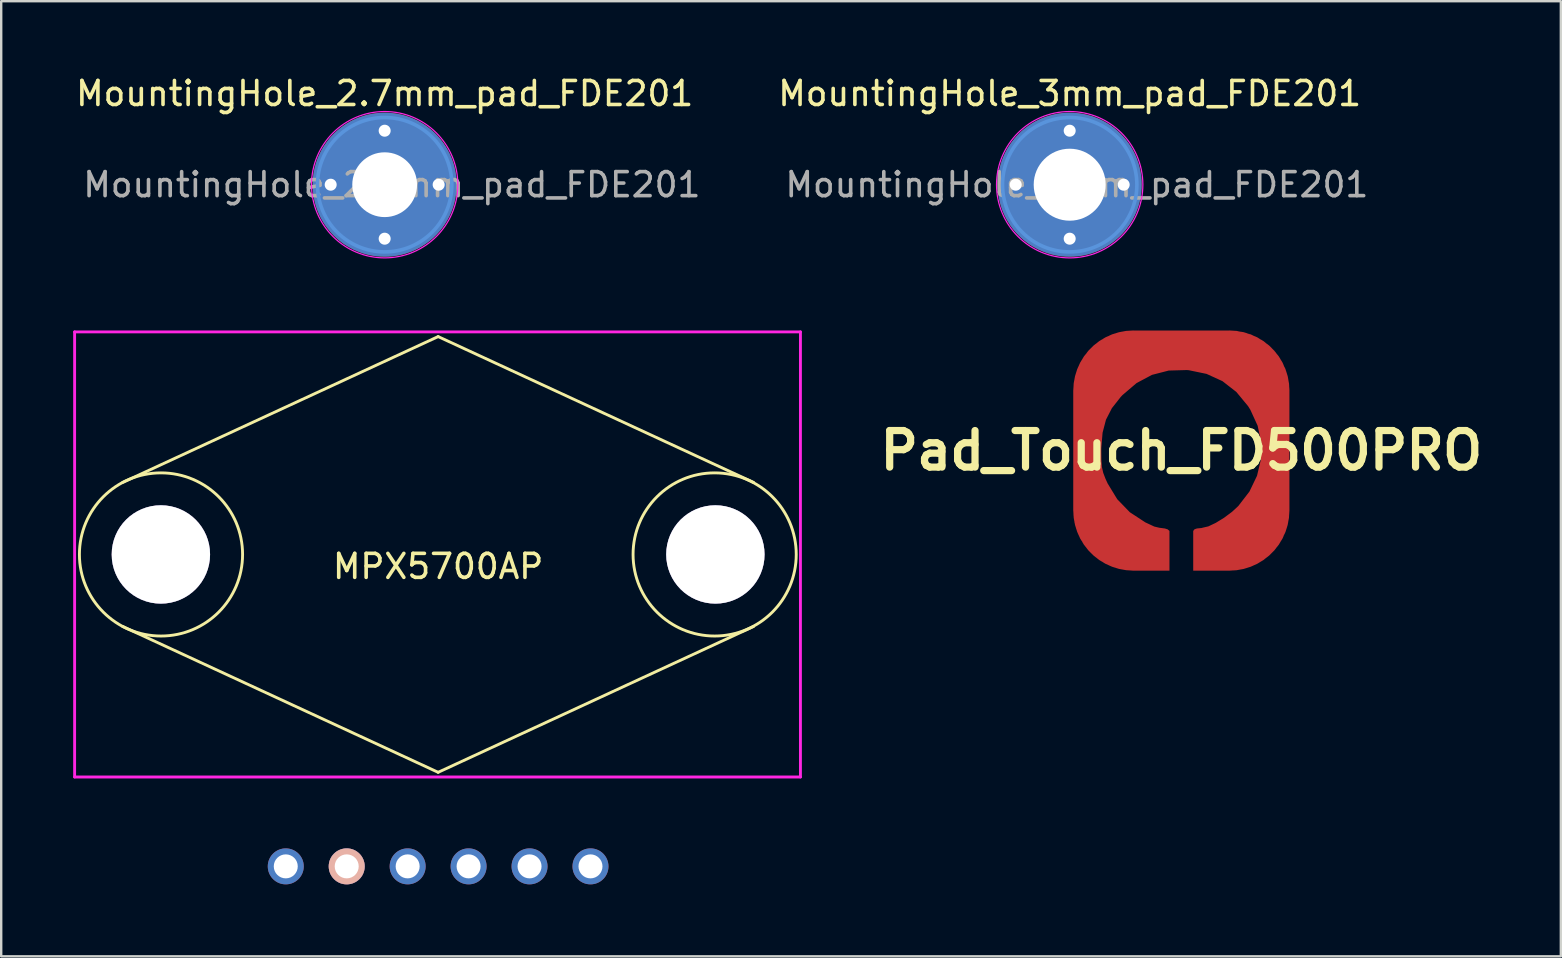
<source format=kicad_pcb>
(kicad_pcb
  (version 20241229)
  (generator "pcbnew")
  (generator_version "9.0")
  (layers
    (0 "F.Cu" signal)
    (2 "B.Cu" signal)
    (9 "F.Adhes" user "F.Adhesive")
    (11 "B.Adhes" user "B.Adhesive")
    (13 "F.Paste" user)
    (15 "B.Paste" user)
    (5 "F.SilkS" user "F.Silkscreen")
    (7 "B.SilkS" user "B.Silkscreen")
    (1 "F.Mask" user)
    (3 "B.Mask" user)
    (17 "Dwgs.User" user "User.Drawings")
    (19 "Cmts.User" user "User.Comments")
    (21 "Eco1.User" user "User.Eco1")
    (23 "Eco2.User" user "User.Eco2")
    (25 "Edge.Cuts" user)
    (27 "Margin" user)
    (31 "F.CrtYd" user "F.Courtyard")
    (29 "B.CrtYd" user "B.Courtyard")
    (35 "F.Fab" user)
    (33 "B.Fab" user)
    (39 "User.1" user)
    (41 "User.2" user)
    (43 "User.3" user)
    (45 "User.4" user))
  (footprint "Pad_Touch_FD500PRO"
    (layer "F.Cu")
    (at 46.186 15.728)
    (property "Reference" "Pad_Touch_FD500PRO" (at 0 0 0) (layer "F.SilkS") (effects (font (size 1.524 1.524) (thickness 0.3))))
    (attr through_hole)
    (pad "1" smd custom (at -3.03 -3.52) (size 1 1) (layers "F.Cu" "F.Mask" "F.Paste") (options (anchor rect)) (primitives (gr_poly (pts (xy 7.52 6.09) (xy 7.52 6.12) (xy 7.52 6.16) (xy 7.51 6.22) (xy 7.51 6.25) (xy 7.51 6.29) (xy 7.5 6.328) (xy 7.5 6.36) (xy 7.49 6.41) (xy 7.49 6.43) (xy 7.48 6.45) (xy 7.48 6.47) (xy 7.48 6.5) (xy 7.47 6.52) (xy 7.47 6.54) (xy 7.46 6.57) (xy 7.46 6.58) (xy 7.45 6.6) (xy 7.45 6.62) (xy 7.44 6.64) (xy 7.44 6.66) (xy 7.43 6.68) (xy 7.43 6.69) (xy 7.43 6.71) (xy 7.42 6.73) (xy 7.42 6.74) (xy 7.41 6.757) (xy 7.41 6.774) (xy 7.4 6.8) (xy 7.39 6.82) (xy 7.38 6.84) (xy 7.38 6.856) (xy 7.37 6.87) (xy 7.37 6.88) (xy 7.36 6.89) (xy 7.36 6.898) (xy 7.36 6.91) (xy 7.35 6.93) (xy 7.34 6.95) (xy 7.34 6.96) (xy 7.33 6.98) (xy 7.3 7.04) (xy 7.27 7.11) (xy 7.24 7.17) (xy 7.23 7.19) (xy 7.11 7.4) (xy 7.02 7.52) (xy 6.95 7.61) (xy 6.86 7.71) (xy 6.799 7.78) (xy 6.72 7.85) (xy 6.65 7.92) (xy 6.61 7.952) (xy 6.5 8.03) (xy 6.42 8.09) (xy 6.31 8.16) (xy 6.2 8.22) (xy 6.132 8.26) (xy 6 8.32) (xy 5.89 8.36) (xy 5.78 8.4) (xy 5.71 8.42) (xy 5.63 8.44) (xy 5.55 8.46) (xy 5.48 8.474) (xy 5.37 8.49) (xy 5.3 8.501) (xy 5.02 8.522) (xy 3.529 8.522) (xy 3.529 7.022) (xy 3.529 6.872) (xy 3.579 6.807) (xy 3.679 6.772) (xy 3.875 6.753) (xy 3.923 6.739) (xy 4.156 6.685) (xy 4.466 6.538) (xy 4.81 6.327) (xy 5.143 6.079) (xy 5.406 5.836) (xy 5.872 5.231) (xy 6.188 4.573) (xy 6.352 3.882) (xy 6.361 3.179) (xy 6.214 2.484) (xy 5.909 1.817) (xy 5.813 1.664) (xy 5.324 1.073) (xy 4.745 0.623) (xy 4.082 0.32) (xy 3.343 0.167) (xy 3.257 0.16) (xy 2.503 0.181) (xy 1.804 0.361) (xy 1.162 0.702) (xy 0.575 1.202) (xy 0.497 1.285) (xy 0.13 1.752) (xy -0.117 2.234) (xy -0.258 2.774) (xy -0.311 3.418) (xy -0.312 3.522) (xy -0.308 3.92) (xy -0.286 4.209) (xy -0.232 4.448) (xy -0.136 4.699) (xy -0.045 4.897) (xy 0.355 5.553) (xy 0.879 6.094) (xy 1.525 6.517) (xy 1.899 6.692) (xy 2.109 6.742) (xy 2.339 6.772) (xy 2.454 6.807) (xy 2.529 6.872) (xy 2.529 7.022) (xy 2.529 8.522) (xy 1.029 8.522) (xy 0.77 8.501) (xy 0.7 8.491) (xy 0.62 8.48) (xy 0.5 8.46) (xy 0.32 8.41) (xy 0.13 8.35) (xy 0.02 8.3) (xy -0.131 8.23) (xy -0.28 8.14) (xy -0.38 8.08) (xy -0.55 7.95) (xy -0.58 7.92) (xy -0.65 7.86) (xy -0.72 7.8) (xy -0.76 7.76) (xy -0.79 7.72) (xy -0.81 7.7) (xy -0.84 7.67) (xy -0.87 7.63) (xy -0.9 7.6) (xy -0.93 7.56) (xy -0.96 7.52) (xy -0.98 7.49) (xy -1 7.46) (xy -1.03 7.43) (xy -1.05 7.4) (xy -1.07 7.36) (xy -1.09 7.33) (xy -1.11 7.29) (xy -1.141 7.252) (xy -1.161 7.212) (xy -1.181 7.172) (xy -1.201 7.132) (xy -1.221 7.092) (xy -1.251 7.032) (xy -1.271 6.992) (xy -1.291 6.942) (xy -1.301 6.912) (xy -1.311 6.872) (xy -1.331 6.822) (xy -1.351 6.772) (xy -1.361 6.732) (xy -1.371 6.702) (xy -1.381 6.652) (xy -1.401 6.592) (xy -1.411 6.549) (xy -1.411 6.539) (xy -1.421 6.512) (xy -1.421 6.482) (xy -1.431 6.442) (xy -1.431 6.41) (xy -1.441 6.382) (xy -1.441 6.372) (xy -1.441 6.342) (xy -1.451 6.312) (xy -1.451 6.292) (xy -1.455 6.242) (xy -1.461 6.212) (xy -1.461 6.202) (xy -1.461 6.182) (xy -1.461 6.142) (xy -1.461 6.092) (xy -1.471 6.022) (xy -1.471 1.122) (xy -1.471 1.077) (xy -1.471 1.022) (xy -1.451 0.762) (xy -1.435 0.652) (xy -1.423 0.572) (xy -1.411 0.512) (xy -1.391 0.422) (xy -1.371 0.352) (xy -1.351 0.272) (xy -1.321 0.192) (xy -1.281 0.072) (xy -1.241 -0.008) (xy -1.201 -0.098) (xy -1.158 -0.178) (xy -1.111 -0.258) (xy -0.991 -0.438) (xy -0.851 -0.618) (xy -0.781 -0.698) (xy -0.741 -0.738) (xy -0.631 -0.838) (xy -0.541 -0.918) (xy -0.471 -0.968) (xy -0.381 -1.038) (xy -0.301 -1.088) (xy -0.131 -1.188) (xy -0.021 -1.238) (xy 0.079 -1.288) (xy 0.169 -1.318) (xy 0.249 -1.348) (xy 0.349 -1.378) (xy 0.439 -1.398) (xy 0.499 -1.418) (xy 0.539 -1.428) (xy 0.609 -1.438) (xy 0.679 -1.448) (xy 0.749 -1.458) (xy 0.839 -1.468) (xy 0.959 -1.468) (xy 1.029 -1.478) (xy 5.029 -1.478) (xy 5.089 -1.468) (xy 5.169 -1.468) (xy 5.199 -1.468) (xy 5.229 -1.468) (xy 5.269 -1.458) (xy 5.289 -1.458) (xy 5.309 -1.458) (xy 5.359 -1.448) (xy 5.419 -1.438) (xy 5.489 -1.428) (xy 5.539 -1.418) (xy 5.599 -1.407) (xy 5.679 -1.388) (xy 5.749 -1.368) (xy 5.849 -1.328) (xy 5.919 -1.308) (xy 5.989 -1.278) (xy 6.059 -1.248) (xy 6.129 -1.218) (xy 6.199 -1.178) (xy 6.269 -1.14) (xy 6.359 -1.088) (xy 6.419 -1.048) (xy 6.479 -1.008) (xy 6.539 -0.961) (xy 6.589 -0.923) (xy 6.639 -0.888) (xy 6.689 -0.839) (xy 6.739 -0.798) (xy 6.789 -0.749) (xy 6.829 -0.702) (xy 6.869 -0.658) (xy 6.909 -0.611) (xy 6.949 -0.57) (xy 6.989 -0.521) (xy 7.019 -0.48) (xy 7.059 -0.43) (xy 7.099 -0.368) (xy 7.139 -0.311) (xy 7.179 -0.241) (xy 7.209 -0.188) (xy 7.239 -0.138) (xy 7.259 -0.088) (xy 7.289 -0.029) (xy 7.309 0.022) (xy 7.329 0.062) (xy 7.349 0.112) (xy 7.369 0.172) (xy 7.399 0.242) (xy 7.429 0.332) (xy 7.459 0.462) (xy 7.479 0.542) (xy 7.499 0.712) (xy 7.509 0.752) (xy 7.529 1.022) (xy 7.529 6.02) (xy 7.52 6.07)) (width 0.01) (fill yes)) (gr_arc (start 5.03 -1.48) (mid 6.797767 -0.747767) (end 7.53 1.02) (width 0.01)) (gr_arc (start 7.52834 6.02126) (mid 6.796107 7.789027) (end 5.02834 8.52126) (width 0.01)) (gr_arc (start -1.47 1.02) (mid -0.737767 -0.747767) (end 1.03 -1.48) (width 0.01)) (gr_arc (start 1.03 8.52) (mid -0.737767 7.787767) (end -1.47 6.02) (width 0.01)))))
  (footprint "MPX5700AP"
    (layer "F.Cu")
    (at 15.21 20.058)
    (property "Reference" "MPX5700AP" (at 0 0.5 0) (layer "F.SilkS") (effects (font (size 1 1) (thickness 0.15))))
    (attr through_hole)
    (fp_line (start -13.15 3) (end 0 9.08) (stroke (width 0.12) (type solid)) (layer "F.SilkS"))
    (fp_line (start 0 -9.08) (end -13.15 -3) (stroke (width 0.12) (type solid)) (layer "F.SilkS"))
    (fp_line (start 0 -9.08) (end 13.15 -3) (stroke (width 0.12) (type solid)) (layer "F.SilkS"))
    (fp_line (start 0 9.08) (end 13.15 3) (stroke (width 0.12) (type solid)) (layer "F.SilkS"))
    (fp_circle (center -11.55 0) (end -14.95 0) (stroke (width 0.12) (type solid)) (fill no) (layer "F.SilkS"))
    (fp_circle (center 11.525 0) (end 14.925 0) (stroke (width 0.12) (type solid)) (fill no) (layer "F.SilkS"))
    (fp_line (start -15.15 -9.275) (end 15.1 -9.275) (stroke (width 0.12) (type solid)) (layer "F.CrtYd"))
    (fp_line (start -15.15 9.275) (end -15.15 -9.275) (stroke (width 0.12) (type solid)) (layer "F.CrtYd"))
    (fp_line (start -15.15 9.275) (end 15.1 9.275) (stroke (width 0.12) (type solid)) (layer "F.CrtYd"))
    (fp_line (start 15.1 9.275) (end 15.1 -9.275) (stroke (width 0.12) (type solid)) (layer "F.CrtYd"))
    (pad "0" thru_hole circle (at -11.555 0) (size 4.1 4.1) (drill 4.1) (layers "F.Cu"))
    (pad "0" thru_hole circle (at 11.555 0) (size 4.1 4.1) (drill 4.1) (layers "F.Cu"))
    (pad "1" thru_hole circle (at -6.35 13) (size 1.5 1.5) (drill 1) (layers "*.Cu" "*.Mask"))
    (pad "2" thru_hole circle (at -3.81 13) (size 1.5 1.5) (drill 1) (layers "*.Cu" "F.Mask" "B.SilkS"))
    (pad "3" thru_hole circle (at -1.27 13) (size 1.5 1.5) (drill 1) (layers "*.Cu" "*.Mask"))
    (pad "4" thru_hole circle (at 1.27 13) (size 1.5 1.5) (drill 1) (layers "*.Cu" "*.Mask"))
    (pad "5" thru_hole circle (at 3.81 13) (size 1.5 1.5) (drill 1) (layers "*.Cu" "*.Mask"))
    (pad "6" thru_hole circle (at 6.35 13) (size 1.5 1.5) (drill 1) (layers "*.Cu" "*.Mask")))
  (footprint "MountingHole_2.7mm_pad_FDE201"
    (layer "F.Cu")
    (at 12.982 4.648)
    (property "Reference" "MountingHole_2.7mm_pad_FDE201" (at 0 -3.8 0) (layer "F.SilkS") (effects (font (size 1 1) (thickness 0.15))))
    (attr exclude_from_pos_files exclude_from_bom)
    (fp_circle (center 0 0) (end 2.8 0) (stroke (width 0.15) (type solid)) (fill no) (layer "Cmts.User"))
    (fp_circle (center 0 0) (end 3.05 0) (stroke (width 0.05) (type solid)) (fill no) (layer "F.CrtYd"))
    (fp_text user "${REFERENCE}" (at 0.3 0 0) (layer "F.Fab") (effects (font (size 1 1) (thickness 0.15))))
    (pad "1" thru_hole circle (at -2.25 0) (size 0.8 0.8) (drill 0.5) (layers "*.Cu" "*.Mask"))
    (pad "1" thru_hole circle (at 0 -2.25) (size 0.8 0.8) (drill 0.5) (layers "*.Cu" "*.Mask"))
    (pad "1" thru_hole circle (at 0 0) (size 6 6) (drill 2.7) (layers "*.Cu" "*.Mask"))
    (pad "1" thru_hole circle (at 0 2.25) (size 0.8 0.8) (drill 0.5) (layers "*.Cu" "*.Mask"))
    (pad "1" thru_hole circle (at 2.25 0) (size 0.8 0.8) (drill 0.5) (layers "*.Cu" "*.Mask")))
  (footprint "MountingHole_3mm_pad_FDE201"
    (layer "F.Cu")
    (at 41.532 4.648)
    (property "Reference" "MountingHole_3mm_pad_FDE201" (at 0 -3.8 0) (layer "F.SilkS") (effects (font (size 1 1) (thickness 0.15))))
    (attr exclude_from_pos_files exclude_from_bom)
    (fp_circle (center 0 0) (end 2.8 0) (stroke (width 0.15) (type solid)) (fill no) (layer "Cmts.User"))
    (fp_circle (center 0 0) (end 3.05 0) (stroke (width 0.05) (type solid)) (fill no) (layer "F.CrtYd"))
    (fp_text user "${REFERENCE}" (at 0.3 0 0) (layer "F.Fab") (effects (font (size 1 1) (thickness 0.15))))
    (pad "1" thru_hole circle (at -2.25 0) (size 0.8 0.8) (drill 0.5) (layers "*.Cu" "*.Mask"))
    (pad "1" thru_hole circle (at 0 -2.25) (size 0.8 0.8) (drill 0.5) (layers "*.Cu" "*.Mask"))
    (pad "1" thru_hole circle (at 0 0) (size 6 6) (drill 3) (layers "*.Cu" "*.Mask"))
    (pad "1" thru_hole circle (at 0 2.25) (size 0.8 0.8) (drill 0.5) (layers "*.Cu" "*.Mask"))
    (pad "1" thru_hole circle (at 2.25 0) (size 0.8 0.8) (drill 0.5) (layers "*.Cu" "*.Mask")))
  (gr_rect
    (start -3 -3)
    (end 62.002 36.808)
    (stroke (width 0.1) (type default))
    (fill no)
    (layer "Edge.Cuts")))
</source>
